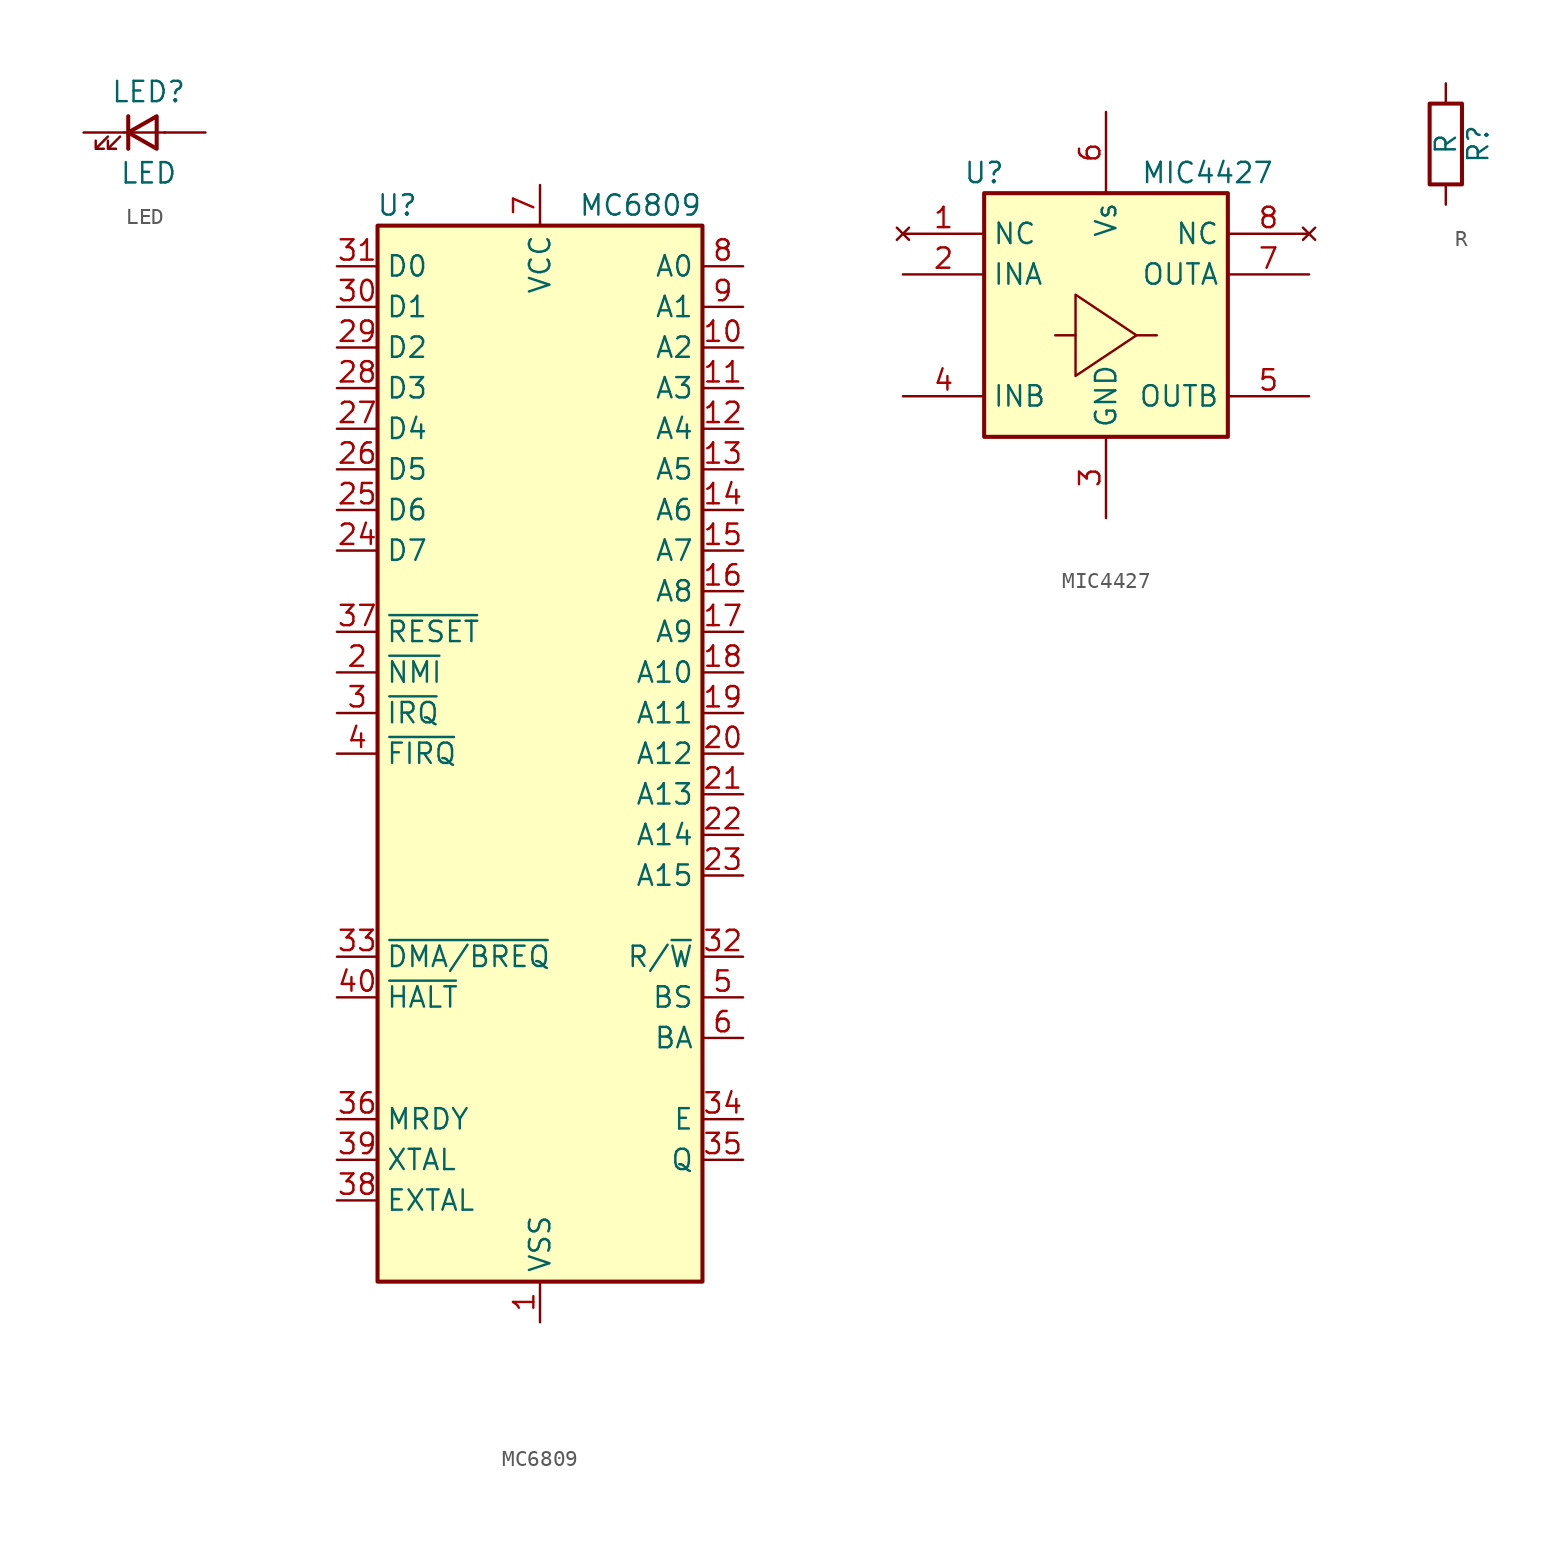
<source format=kicad_sym>
(kicad_symbol_lib
  (version 20241209)
  (generator "kicad_symbol_editor")
  (generator_version "9.0")
  (symbol "LED"
    (pin_numbers
      (hide yes))
    (pin_names
      (offset 1.016)
      (hide yes))
    (property "Reference" "LED"
      (at 0.254 2.54 0)
      (effects (font (size 1.27 1.27))))
    (property "Value" "LED"
      (at 0.254 -2.54 0)
      (effects (font (size 1.27 1.27))))
    (symbol "LED_0_1"
      (polyline (pts (xy -2.286 -0.254) (xy -3.048 -1.016) (xy -2.54 -1.016) (xy -3.048 -1.016) (xy -3.048 -0.508)) (stroke (width 0) (type default)) (fill (type none)))
      (polyline (pts (xy -1.524 -0.254) (xy -2.286 -1.016) (xy -1.778 -1.016) (xy -2.286 -1.016) (xy -2.286 -0.508)) (stroke (width 0) (type default)) (fill (type none)))
      (polyline (pts (xy -1.27 0) (xy 1.27 0)) (stroke (width 0) (type default)) (fill (type none)))
      (polyline (pts (xy -1.016 -1.016) (xy -1.016 1.016)) (stroke (width 0.254) (type default)) (fill (type none)))
      (polyline (pts (xy 0.762 -1.016) (xy 0.762 1.016) (xy -1.016 0) (xy 0.762 -1.016)) (stroke (width 0.254) (type default)) (fill (type none))))
    (symbol "LED_1_1"
      (pin passive line (at -3.81 0 0) (length 2.54) (name "K" (effects (font (size 1.27 1.27)))) (number "1" (effects (font (size 1.27 1.27)))))
      (pin passive line (at 3.81 0 180) (length 2.54) (name "A" (effects (font (size 1.27 1.27)))) (number "2" (effects (font (size 1.27 1.27)))))))
  (symbol "MC6809"
    (property "Reference" "U"
      (at -7.62 34.29 0)
      (effects (font (size 1.27 1.27)) (justify right)))
    (property "Value" "MC6809"
      (at 10.16 34.29 0)
      (effects (font (size 1.27 1.27)) (justify right)))
    (symbol "MC6809_0_1"
      (rectangle (start -10.16 -33.02) (end 10.16 33.02) (stroke (width 0.254) (type default)) (fill (type background))))
    (symbol "MC6809_1_1"
      (pin bidirectional line (at -12.7 30.48 0) (length 2.54) (name "D0" (effects (font (size 1.27 1.27)))) (number "31" (effects (font (size 1.27 1.27)))))
      (pin bidirectional line (at -12.7 27.94 0) (length 2.54) (name "D1" (effects (font (size 1.27 1.27)))) (number "30" (effects (font (size 1.27 1.27)))))
      (pin bidirectional line (at -12.7 25.4 0) (length 2.54) (name "D2" (effects (font (size 1.27 1.27)))) (number "29" (effects (font (size 1.27 1.27)))))
      (pin bidirectional line (at -12.7 22.86 0) (length 2.54) (name "D3" (effects (font (size 1.27 1.27)))) (number "28" (effects (font (size 1.27 1.27)))))
      (pin bidirectional line (at -12.7 20.32 0) (length 2.54) (name "D4" (effects (font (size 1.27 1.27)))) (number "27" (effects (font (size 1.27 1.27)))))
      (pin bidirectional line (at -12.7 17.78 0) (length 2.54) (name "D5" (effects (font (size 1.27 1.27)))) (number "26" (effects (font (size 1.27 1.27)))))
      (pin bidirectional line (at -12.7 15.24 0) (length 2.54) (name "D6" (effects (font (size 1.27 1.27)))) (number "25" (effects (font (size 1.27 1.27)))))
      (pin bidirectional line (at -12.7 12.7 0) (length 2.54) (name "D7" (effects (font (size 1.27 1.27)))) (number "24" (effects (font (size 1.27 1.27)))))
      (pin input line (at -12.7 7.62 0) (length 2.54) (name "~{RESET}" (effects (font (size 1.27 1.27)))) (number "37" (effects (font (size 1.27 1.27)))))
      (pin input line (at -12.7 5.08 0) (length 2.54) (name "~{NMI}" (effects (font (size 1.27 1.27)))) (number "2" (effects (font (size 1.27 1.27)))))
      (pin input line (at -12.7 2.54 0) (length 2.54) (name "~{IRQ}" (effects (font (size 1.27 1.27)))) (number "3" (effects (font (size 1.27 1.27)))))
      (pin input line (at -12.7 0 0) (length 2.54) (name "~{FIRQ}" (effects (font (size 1.27 1.27)))) (number "4" (effects (font (size 1.27 1.27)))))
      (pin input line (at -12.7 -12.7 0) (length 2.54) (name "~{DMA/BREQ}" (effects (font (size 1.27 1.27)))) (number "33" (effects (font (size 1.27 1.27)))))
      (pin input line (at -12.7 -15.24 0) (length 2.54) (name "~{HALT}" (effects (font (size 1.27 1.27)))) (number "40" (effects (font (size 1.27 1.27)))))
      (pin input line (at -12.7 -22.86 0) (length 2.54) (name "MRDY" (effects (font (size 1.27 1.27)))) (number "36" (effects (font (size 1.27 1.27)))))
      (pin input line (at -12.7 -25.4 0) (length 2.54) (name "XTAL" (effects (font (size 1.27 1.27)))) (number "39" (effects (font (size 1.27 1.27)))))
      (pin input line (at -12.7 -27.94 0) (length 2.54) (name "EXTAL" (effects (font (size 1.27 1.27)))) (number "38" (effects (font (size 1.27 1.27)))))
      (pin power_in line (at 0 35.56 270) (length 2.54) (name "VCC" (effects (font (size 1.27 1.27)))) (number "7" (effects (font (size 1.27 1.27)))))
      (pin power_in line (at 0 -35.56 90) (length 2.54) (name "VSS" (effects (font (size 1.27 1.27)))) (number "1" (effects (font (size 1.27 1.27)))))
      (pin output line (at 12.7 30.48 180) (length 2.54) (name "A0" (effects (font (size 1.27 1.27)))) (number "8" (effects (font (size 1.27 1.27)))))
      (pin output line (at 12.7 27.94 180) (length 2.54) (name "A1" (effects (font (size 1.27 1.27)))) (number "9" (effects (font (size 1.27 1.27)))))
      (pin output line (at 12.7 25.4 180) (length 2.54) (name "A2" (effects (font (size 1.27 1.27)))) (number "10" (effects (font (size 1.27 1.27)))))
      (pin output line (at 12.7 22.86 180) (length 2.54) (name "A3" (effects (font (size 1.27 1.27)))) (number "11" (effects (font (size 1.27 1.27)))))
      (pin output line (at 12.7 20.32 180) (length 2.54) (name "A4" (effects (font (size 1.27 1.27)))) (number "12" (effects (font (size 1.27 1.27)))))
      (pin output line (at 12.7 17.78 180) (length 2.54) (name "A5" (effects (font (size 1.27 1.27)))) (number "13" (effects (font (size 1.27 1.27)))))
      (pin output line (at 12.7 15.24 180) (length 2.54) (name "A6" (effects (font (size 1.27 1.27)))) (number "14" (effects (font (size 1.27 1.27)))))
      (pin output line (at 12.7 12.7 180) (length 2.54) (name "A7" (effects (font (size 1.27 1.27)))) (number "15" (effects (font (size 1.27 1.27)))))
      (pin output line (at 12.7 10.16 180) (length 2.54) (name "A8" (effects (font (size 1.27 1.27)))) (number "16" (effects (font (size 1.27 1.27)))))
      (pin output line (at 12.7 7.62 180) (length 2.54) (name "A9" (effects (font (size 1.27 1.27)))) (number "17" (effects (font (size 1.27 1.27)))))
      (pin output line (at 12.7 5.08 180) (length 2.54) (name "A10" (effects (font (size 1.27 1.27)))) (number "18" (effects (font (size 1.27 1.27)))))
      (pin output line (at 12.7 2.54 180) (length 2.54) (name "A11" (effects (font (size 1.27 1.27)))) (number "19" (effects (font (size 1.27 1.27)))))
      (pin output line (at 12.7 0 180) (length 2.54) (name "A12" (effects (font (size 1.27 1.27)))) (number "20" (effects (font (size 1.27 1.27)))))
      (pin output line (at 12.7 -2.54 180) (length 2.54) (name "A13" (effects (font (size 1.27 1.27)))) (number "21" (effects (font (size 1.27 1.27)))))
      (pin output line (at 12.7 -5.08 180) (length 2.54) (name "A14" (effects (font (size 1.27 1.27)))) (number "22" (effects (font (size 1.27 1.27)))))
      (pin output line (at 12.7 -7.62 180) (length 2.54) (name "A15" (effects (font (size 1.27 1.27)))) (number "23" (effects (font (size 1.27 1.27)))))
      (pin output line (at 12.7 -12.7 180) (length 2.54) (name "R/~{W}" (effects (font (size 1.27 1.27)))) (number "32" (effects (font (size 1.27 1.27)))))
      (pin output line (at 12.7 -15.24 180) (length 2.54) (name "BS" (effects (font (size 1.27 1.27)))) (number "5" (effects (font (size 1.27 1.27)))))
      (pin output line (at 12.7 -17.78 180) (length 2.54) (name "BA" (effects (font (size 1.27 1.27)))) (number "6" (effects (font (size 1.27 1.27)))))
      (pin output line (at 12.7 -22.86 180) (length 2.54) (name "E" (effects (font (size 1.27 1.27)))) (number "34" (effects (font (size 1.27 1.27)))))
      (pin output line (at 12.7 -25.4 180) (length 2.54) (name "Q" (effects (font (size 1.27 1.27)))) (number "35" (effects (font (size 1.27 1.27)))))))
  (symbol "MIC4427"
    (property "Reference" "U"
      (at -7.62 -11.43 0)
      (effects (font (size 1.27 1.27))))
    (property "Value" "MIC4427"
      (at 6.35 -11.43 0)
      (effects (font (size 1.27 1.27))))
    (symbol "MIC4427_1_0"
      (pin no_connect line (at -12.7 -15.24 0) (length 5.08) (name "NC" (effects (font (size 1.27 1.27)))) (number "1" (effects (font (size 1.27 1.27)))))
      (pin input line (at -12.7 -17.78 0) (length 5.08) (name "INA" (effects (font (size 1.27 1.27)))) (number "2" (effects (font (size 1.27 1.27)))))
      (pin input line (at -12.7 -25.4 0) (length 5.08) (name "INB" (effects (font (size 1.27 1.27)))) (number "4" (effects (font (size 1.27 1.27)))))
      (pin power_in line (at 0 -7.62 270) (length 5.08) (name "Vs" (effects (font (size 1.27 1.27)))) (number "6" (effects (font (size 1.27 1.27)))))
      (pin power_in line (at 0 -33.02 90) (length 5.08) (name "GND" (effects (font (size 1.27 1.27)))) (number "3" (effects (font (size 1.27 1.27)))))
      (pin no_connect line (at 12.7 -15.24 180) (length 5.08) (name "NC" (effects (font (size 1.27 1.27)))) (number "8" (effects (font (size 1.27 1.27)))))
      (pin output line (at 12.7 -17.78 180) (length 5.08) (name "OUTA" (effects (font (size 1.27 1.27)))) (number "7" (effects (font (size 1.27 1.27)))))
      (pin output line (at 12.7 -25.4 180) (length 5.08) (name "OUTB" (effects (font (size 1.27 1.27)))) (number "5" (effects (font (size 1.27 1.27))))))
    (symbol "MIC4427_1_1"
      (rectangle (start -7.62 -12.7) (end 7.62 -27.94) (stroke (width 0.254) (type default)) (fill (type background)))
      (polyline (pts (xy -1.905 -21.59) (xy -3.175 -21.59)) (stroke (width 0) (type default)) (fill (type none)))
      (polyline (pts (xy 1.905 -21.59) (xy 3.175 -21.59)) (stroke (width 0) (type default)) (fill (type none)))
      (polyline (pts (xy 1.905 -21.59) (xy -1.905 -19.05) (xy -1.905 -24.13) (xy 1.905 -21.59)) (stroke (width 0) (type default)) (fill (type none)))))
  (symbol "R"
    (pin_numbers
      (hide yes))
    (pin_names
      (offset 0))
    (property "Reference" "R"
      (at 2.032 0 90)
      (effects (font (size 1.27 1.27))))
    (property "Value" "R"
      (at 0 0 90)
      (effects (font (size 1.27 1.27))))
    (symbol "R_0_1"
      (rectangle (start -1.016 -2.54) (end 1.016 2.54) (stroke (width 0.254) (type default)) (fill (type none))))
    (symbol "R_1_1"
      (pin passive line (at 0 3.81 270) (length 1.27) (name "~" (effects (font (size 1.27 1.27)))) (number "1" (effects (font (size 1.27 1.27)))))
      (pin passive line (at 0 -3.81 90) (length 1.27) (name "~" (effects (font (size 1.27 1.27)))) (number "2" (effects (font (size 1.27 1.27))))))))
</source>
